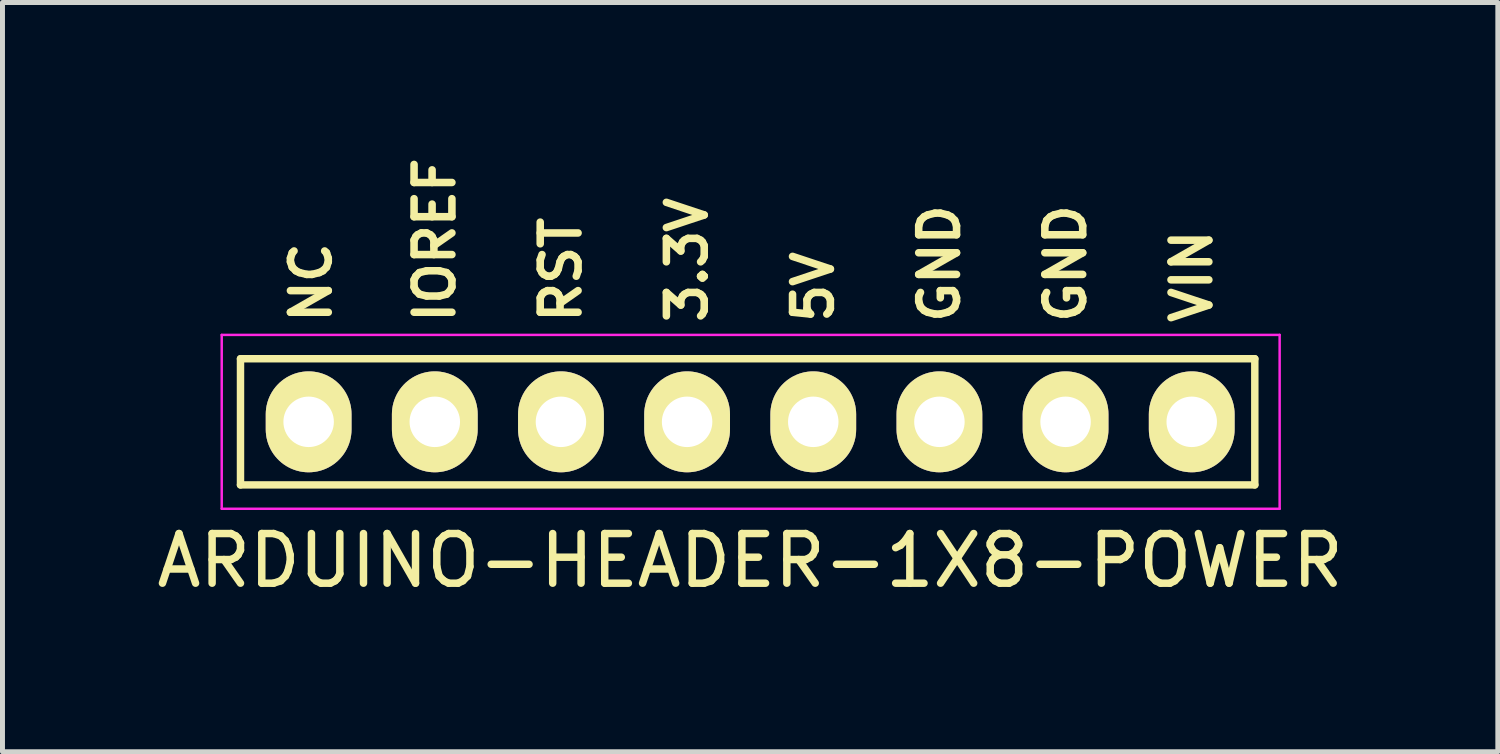
<source format=kicad_pcb>
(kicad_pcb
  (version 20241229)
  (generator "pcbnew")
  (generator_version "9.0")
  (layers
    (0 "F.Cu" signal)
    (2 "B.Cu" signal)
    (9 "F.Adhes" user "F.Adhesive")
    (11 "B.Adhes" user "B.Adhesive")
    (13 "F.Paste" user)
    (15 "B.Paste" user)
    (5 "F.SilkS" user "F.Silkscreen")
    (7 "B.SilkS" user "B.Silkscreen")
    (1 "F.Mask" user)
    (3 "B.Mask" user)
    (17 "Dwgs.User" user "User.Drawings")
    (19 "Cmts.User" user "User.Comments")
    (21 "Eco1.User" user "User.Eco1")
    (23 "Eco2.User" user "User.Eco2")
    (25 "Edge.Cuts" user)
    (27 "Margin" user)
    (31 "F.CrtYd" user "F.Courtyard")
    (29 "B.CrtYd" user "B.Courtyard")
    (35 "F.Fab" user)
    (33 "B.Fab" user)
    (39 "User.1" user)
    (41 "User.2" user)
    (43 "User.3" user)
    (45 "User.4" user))
  (footprint "ARDUINO-HEADER-1X8-POWER"
    (layer "F.Cu")
    (at 3.164 5.443)
    (property "Reference" "ARDUINO-HEADER-1X8-POWER" (at 8.89 2.794 0) (layer "F.SilkS") (effects (font (size 1 1) (thickness 0.15))))
    (attr through_hole)
    (fp_line (start -1.372 1.27) (end -1.372 -1.27) (stroke (width 0.15) (type solid)) (layer "F.SilkS"))
    (fp_line (start -1.372 1.27) (end 19.05 1.27) (stroke (width 0.15) (type solid)) (layer "F.SilkS"))
    (fp_line (start 19.05 -1.27) (end -1.372 -1.27) (stroke (width 0.15) (type solid)) (layer "F.SilkS"))
    (fp_line (start 19.05 1.27) (end 19.05 -1.27) (stroke (width 0.15) (type solid)) (layer "F.SilkS"))
    (fp_line (start -1.75 -1.75) (end -1.75 1.75) (stroke (width 0.05) (type solid)) (layer "F.CrtYd"))
    (fp_line (start -1.75 -1.75) (end 19.55 -1.75) (stroke (width 0.05) (type solid)) (layer "F.CrtYd"))
    (fp_line (start -1.75 1.75) (end 19.55 1.75) (stroke (width 0.05) (type solid)) (layer "F.CrtYd"))
    (fp_line (start 19.55 -1.75) (end 19.55 1.75) (stroke (width 0.05) (type solid)) (layer "F.CrtYd"))
    (fp_text user "5V" (at 10.16 -2.714 90) (layer "F.SilkS") (effects (font (size 0.762 0.762) (thickness 0.152))))
    (fp_text user "IOREF" (at 2.54 -3.658 90) (layer "F.SilkS") (effects (font (size 0.762 0.762) (thickness 0.152))))
    (fp_text user "VIN" (at 17.78 -2.932 90) (layer "F.SilkS") (effects (font (size 0.762 0.762) (thickness 0.152))))
    (fp_text user "GND" (at 12.7 -3.186 90) (layer "F.SilkS") (effects (font (size 0.762 0.762) (thickness 0.152))))
    (fp_text user "3.3V" (at 7.62 -3.258 90) (layer "F.SilkS") (effects (font (size 0.762 0.762) (thickness 0.152))))
    (fp_text user "GND" (at 15.24 -3.186 90) (layer "F.SilkS") (effects (font (size 0.762 0.762) (thickness 0.152))))
    (fp_text user "NC" (at 0.051 -2.805 90) (layer "F.SilkS") (effects (font (size 0.762 0.762) (thickness 0.152))))
    (fp_text user "RST" (at 5.08 -3.059 90) (layer "F.SilkS") (effects (font (size 0.762 0.762) (thickness 0.152))))
    (pad "3V3" thru_hole oval (at 7.62 0) (size 1.727 2.032) (drill 1.016) (layers "*.Cu" "*.Mask" "F.SilkS"))
    (pad "5V" thru_hole oval (at 10.16 0) (size 1.727 2.032) (drill 1.016) (layers "*.Cu" "*.Mask" "F.SilkS"))
    (pad "GND1" thru_hole oval (at 12.7 0) (size 1.727 2.032) (drill 1.016) (layers "*.Cu" "*.Mask" "F.SilkS"))
    (pad "GND2" thru_hole oval (at 15.24 0) (size 1.727 2.032) (drill 1.016) (layers "*.Cu" "*.Mask" "F.SilkS"))
    (pad "IO" thru_hole oval (at 2.54 0) (size 1.727 2.032) (drill 1.016) (layers "*.Cu" "*.Mask" "F.SilkS"))
    (pad "NC" thru_hole oval (at 0 0) (size 1.727 2.032) (drill 1.016) (layers "*.Cu" "*.Mask" "F.SilkS"))
    (pad "RST" thru_hole oval (at 5.08 0) (size 1.727 2.032) (drill 1.016) (layers "*.Cu" "*.Mask" "F.SilkS"))
    (pad "VIN" thru_hole oval (at 17.78 0) (size 1.727 2.032) (drill 1.016) (layers "*.Cu" "*.Mask" "F.SilkS")))
  (gr_rect
    (start -3 -3)
    (end 27.107 12.085)
    (stroke (width 0.1) (type default))
    (fill no)
    (layer "Edge.Cuts")))
</source>
